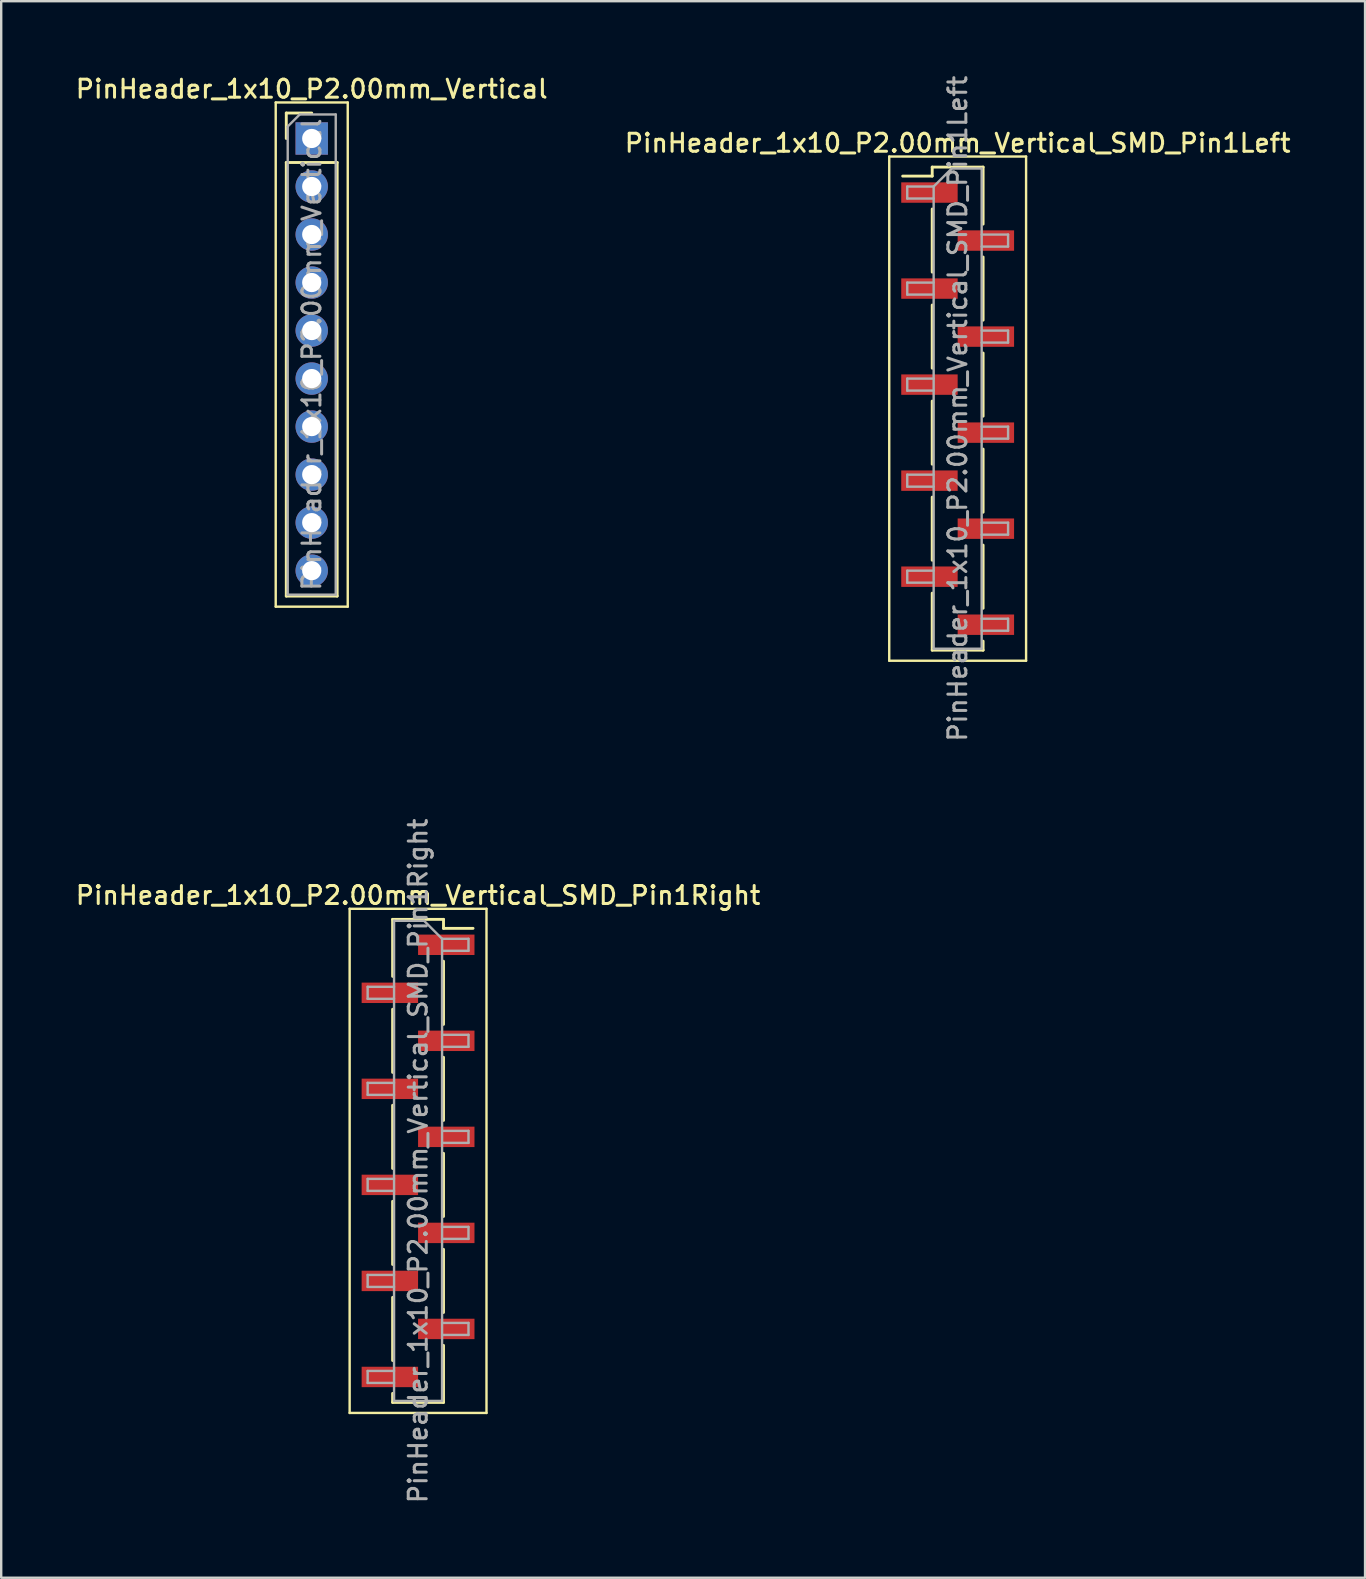
<source format=kicad_pcb>
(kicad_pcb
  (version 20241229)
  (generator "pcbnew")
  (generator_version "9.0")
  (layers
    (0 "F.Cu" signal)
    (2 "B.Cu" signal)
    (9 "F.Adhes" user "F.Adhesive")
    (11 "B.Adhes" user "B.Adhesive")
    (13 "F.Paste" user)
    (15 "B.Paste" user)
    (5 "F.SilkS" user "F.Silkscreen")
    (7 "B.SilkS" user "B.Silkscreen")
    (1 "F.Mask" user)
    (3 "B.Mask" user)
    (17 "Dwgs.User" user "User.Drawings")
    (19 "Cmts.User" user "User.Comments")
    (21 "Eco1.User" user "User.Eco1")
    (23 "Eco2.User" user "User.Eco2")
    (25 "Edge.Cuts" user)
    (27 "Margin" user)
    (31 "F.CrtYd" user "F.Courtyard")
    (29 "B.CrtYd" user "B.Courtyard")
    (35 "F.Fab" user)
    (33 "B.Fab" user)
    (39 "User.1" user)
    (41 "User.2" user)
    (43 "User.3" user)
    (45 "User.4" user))
  (footprint "PinHeader_1x10_P2.00mm_Vertical"
    (layer "F.Cu")
    (at 9.934 2.718)
    (property "Reference" "PinHeader_1x10_P2.00mm_Vertical" (at 0 -2.06 0) (layer "F.SilkS") (effects (font (size 0.75 0.75) (thickness 0.125))))
    (attr through_hole)
    (fp_line (start -1.5 -1.5) (end -1.5 19.5) (stroke (width 0.1) (type solid)) (layer "F.SilkS"))
    (fp_line (start -1.5 19.5) (end 1.5 19.5) (stroke (width 0.1) (type solid)) (layer "F.SilkS"))
    (fp_line (start -1.06 -1.06) (end 0 -1.06) (stroke (width 0.12) (type solid)) (layer "F.SilkS"))
    (fp_line (start -1.06 0) (end -1.06 -1.06) (stroke (width 0.12) (type solid)) (layer "F.SilkS"))
    (fp_line (start -1.06 1) (end -1.06 19.06) (stroke (width 0.12) (type solid)) (layer "F.SilkS"))
    (fp_line (start -1.06 1) (end 1.06 1) (stroke (width 0.12) (type solid)) (layer "F.SilkS"))
    (fp_line (start -1.06 19.06) (end 1.06 19.06) (stroke (width 0.12) (type solid)) (layer "F.SilkS"))
    (fp_line (start 1.06 1) (end 1.06 19.06) (stroke (width 0.12) (type solid)) (layer "F.SilkS"))
    (fp_line (start 1.5 -1.5) (end -1.5 -1.5) (stroke (width 0.1) (type solid)) (layer "F.SilkS"))
    (fp_line (start 1.5 19.5) (end 1.5 -1.5) (stroke (width 0.1) (type solid)) (layer "F.SilkS"))
    (fp_line (start -1 -0.5) (end -0.5 -1) (stroke (width 0.1) (type solid)) (layer "F.Fab"))
    (fp_line (start -1 19) (end -1 -0.5) (stroke (width 0.1) (type solid)) (layer "F.Fab"))
    (fp_line (start -0.5 -1) (end 1 -1) (stroke (width 0.1) (type solid)) (layer "F.Fab"))
    (fp_line (start 1 -1) (end 1 19) (stroke (width 0.1) (type solid)) (layer "F.Fab"))
    (fp_line (start 1 19) (end -1 19) (stroke (width 0.1) (type solid)) (layer "F.Fab"))
    (fp_text user "${REFERENCE}" (at 0 9 90) (layer "F.Fab") (effects (font (size 0.75 0.75) (thickness 0.125))))
    (pad "1" thru_hole rect (at 0 0) (size 1.35 1.35) (drill 0.8) (layers "*.Cu" "*.Mask"))
    (pad "2" thru_hole oval (at 0 2) (size 1.35 1.35) (drill 0.8) (layers "*.Cu" "*.Mask"))
    (pad "3" thru_hole oval (at 0 4) (size 1.35 1.35) (drill 0.8) (layers "*.Cu" "*.Mask"))
    (pad "4" thru_hole oval (at 0 6) (size 1.35 1.35) (drill 0.8) (layers "*.Cu" "*.Mask"))
    (pad "5" thru_hole oval (at 0 8) (size 1.35 1.35) (drill 0.8) (layers "*.Cu" "*.Mask"))
    (pad "6" thru_hole oval (at 0 10) (size 1.35 1.35) (drill 0.8) (layers "*.Cu" "*.Mask"))
    (pad "7" thru_hole oval (at 0 12) (size 1.35 1.35) (drill 0.8) (layers "*.Cu" "*.Mask"))
    (pad "8" thru_hole oval (at 0 14) (size 1.35 1.35) (drill 0.8) (layers "*.Cu" "*.Mask"))
    (pad "9" thru_hole oval (at 0 16) (size 1.35 1.35) (drill 0.8) (layers "*.Cu" "*.Mask"))
    (pad "10" thru_hole oval (at 0 18) (size 1.35 1.35) (drill 0.8) (layers "*.Cu" "*.Mask")))
  (footprint "PinHeader_1x10_P2.00mm_Vertical_SMD_Pin1Right"
    (layer "F.Cu")
    (at 14.363 45.302)
    (property "Reference" "PinHeader_1x10_P2.00mm_Vertical_SMD_Pin1Right" (at 0 -11.06 0) (layer "F.SilkS") (effects (font (size 0.75 0.75) (thickness 0.125))))
    (attr smd)
    (fp_line (start -2.85 -10.5) (end -2.85 10.5) (stroke (width 0.1) (type solid)) (layer "F.SilkS"))
    (fp_line (start -2.85 10.5) (end 2.85 10.5) (stroke (width 0.1) (type solid)) (layer "F.SilkS"))
    (fp_line (start -1.06 -10.06) (end -1.06 -7.685) (stroke (width 0.12) (type solid)) (layer "F.SilkS"))
    (fp_line (start -1.06 -10.06) (end 1.06 -10.06) (stroke (width 0.12) (type solid)) (layer "F.SilkS"))
    (fp_line (start -1.06 -6.315) (end -1.06 -3.685) (stroke (width 0.12) (type solid)) (layer "F.SilkS"))
    (fp_line (start -1.06 -2.315) (end -1.06 0.315) (stroke (width 0.12) (type solid)) (layer "F.SilkS"))
    (fp_line (start -1.06 1.685) (end -1.06 4.315) (stroke (width 0.12) (type solid)) (layer "F.SilkS"))
    (fp_line (start -1.06 5.685) (end -1.06 8.315) (stroke (width 0.12) (type solid)) (layer "F.SilkS"))
    (fp_line (start -1.06 9.685) (end -1.06 10.06) (stroke (width 0.12) (type solid)) (layer "F.SilkS"))
    (fp_line (start -1.06 10.06) (end 1.06 10.06) (stroke (width 0.12) (type solid)) (layer "F.SilkS"))
    (fp_line (start 1.06 -10.06) (end 1.06 -9.685) (stroke (width 0.12) (type solid)) (layer "F.SilkS"))
    (fp_line (start 1.06 -9.685) (end 2.29 -9.685) (stroke (width 0.12) (type solid)) (layer "F.SilkS"))
    (fp_line (start 1.06 -8.315) (end 1.06 -5.685) (stroke (width 0.12) (type solid)) (layer "F.SilkS"))
    (fp_line (start 1.06 -4.315) (end 1.06 -1.685) (stroke (width 0.12) (type solid)) (layer "F.SilkS"))
    (fp_line (start 1.06 -0.315) (end 1.06 2.315) (stroke (width 0.12) (type solid)) (layer "F.SilkS"))
    (fp_line (start 1.06 3.685) (end 1.06 6.315) (stroke (width 0.12) (type solid)) (layer "F.SilkS"))
    (fp_line (start 1.06 7.685) (end 1.06 10.06) (stroke (width 0.12) (type solid)) (layer "F.SilkS"))
    (fp_line (start 2.85 -10.5) (end -2.85 -10.5) (stroke (width 0.1) (type solid)) (layer "F.SilkS"))
    (fp_line (start 2.85 10.5) (end 2.85 -10.5) (stroke (width 0.1) (type solid)) (layer "F.SilkS"))
    (fp_line (start -2.1 -7.25) (end -2.1 -6.75) (stroke (width 0.1) (type solid)) (layer "F.Fab"))
    (fp_line (start -2.1 -6.75) (end -1 -6.75) (stroke (width 0.1) (type solid)) (layer "F.Fab"))
    (fp_line (start -2.1 -3.25) (end -2.1 -2.75) (stroke (width 0.1) (type solid)) (layer "F.Fab"))
    (fp_line (start -2.1 -2.75) (end -1 -2.75) (stroke (width 0.1) (type solid)) (layer "F.Fab"))
    (fp_line (start -2.1 0.75) (end -2.1 1.25) (stroke (width 0.1) (type solid)) (layer "F.Fab"))
    (fp_line (start -2.1 1.25) (end -1 1.25) (stroke (width 0.1) (type solid)) (layer "F.Fab"))
    (fp_line (start -2.1 4.75) (end -2.1 5.25) (stroke (width 0.1) (type solid)) (layer "F.Fab"))
    (fp_line (start -2.1 5.25) (end -1 5.25) (stroke (width 0.1) (type solid)) (layer "F.Fab"))
    (fp_line (start -2.1 8.75) (end -2.1 9.25) (stroke (width 0.1) (type solid)) (layer "F.Fab"))
    (fp_line (start -2.1 9.25) (end -1 9.25) (stroke (width 0.1) (type solid)) (layer "F.Fab"))
    (fp_line (start -1 -10) (end -1 10) (stroke (width 0.1) (type solid)) (layer "F.Fab"))
    (fp_line (start -1 -10) (end 0.25 -10) (stroke (width 0.1) (type solid)) (layer "F.Fab"))
    (fp_line (start -1 -7.25) (end -2.1 -7.25) (stroke (width 0.1) (type solid)) (layer "F.Fab"))
    (fp_line (start -1 -3.25) (end -2.1 -3.25) (stroke (width 0.1) (type solid)) (layer "F.Fab"))
    (fp_line (start -1 0.75) (end -2.1 0.75) (stroke (width 0.1) (type solid)) (layer "F.Fab"))
    (fp_line (start -1 4.75) (end -2.1 4.75) (stroke (width 0.1) (type solid)) (layer "F.Fab"))
    (fp_line (start -1 8.75) (end -2.1 8.75) (stroke (width 0.1) (type solid)) (layer "F.Fab"))
    (fp_line (start 1 -9.25) (end 0.25 -10) (stroke (width 0.1) (type solid)) (layer "F.Fab"))
    (fp_line (start 1 -9.25) (end 2.1 -9.25) (stroke (width 0.1) (type solid)) (layer "F.Fab"))
    (fp_line (start 1 -5.25) (end 2.1 -5.25) (stroke (width 0.1) (type solid)) (layer "F.Fab"))
    (fp_line (start 1 -1.25) (end 2.1 -1.25) (stroke (width 0.1) (type solid)) (layer "F.Fab"))
    (fp_line (start 1 2.75) (end 2.1 2.75) (stroke (width 0.1) (type solid)) (layer "F.Fab"))
    (fp_line (start 1 6.75) (end 2.1 6.75) (stroke (width 0.1) (type solid)) (layer "F.Fab"))
    (fp_line (start 1 10) (end -1 10) (stroke (width 0.1) (type solid)) (layer "F.Fab"))
    (fp_line (start 1 10) (end 1 -9.25) (stroke (width 0.1) (type solid)) (layer "F.Fab"))
    (fp_line (start 2.1 -9.25) (end 2.1 -8.75) (stroke (width 0.1) (type solid)) (layer "F.Fab"))
    (fp_line (start 2.1 -8.75) (end 1 -8.75) (stroke (width 0.1) (type solid)) (layer "F.Fab"))
    (fp_line (start 2.1 -5.25) (end 2.1 -4.75) (stroke (width 0.1) (type solid)) (layer "F.Fab"))
    (fp_line (start 2.1 -4.75) (end 1 -4.75) (stroke (width 0.1) (type solid)) (layer "F.Fab"))
    (fp_line (start 2.1 -1.25) (end 2.1 -0.75) (stroke (width 0.1) (type solid)) (layer "F.Fab"))
    (fp_line (start 2.1 -0.75) (end 1 -0.75) (stroke (width 0.1) (type solid)) (layer "F.Fab"))
    (fp_line (start 2.1 2.75) (end 2.1 3.25) (stroke (width 0.1) (type solid)) (layer "F.Fab"))
    (fp_line (start 2.1 3.25) (end 1 3.25) (stroke (width 0.1) (type solid)) (layer "F.Fab"))
    (fp_line (start 2.1 6.75) (end 2.1 7.25) (stroke (width 0.1) (type solid)) (layer "F.Fab"))
    (fp_line (start 2.1 7.25) (end 1 7.25) (stroke (width 0.1) (type solid)) (layer "F.Fab"))
    (fp_text user "${REFERENCE}" (at 0 0 90) (layer "F.Fab") (effects (font (size 0.75 0.75) (thickness 0.125))))
    (pad "1" smd rect (at 1.175 -9) (size 2.35 0.85) (layers "F.Cu" "F.Mask" "F.Paste"))
    (pad "2" smd rect (at -1.175 -7) (size 2.35 0.85) (layers "F.Cu" "F.Mask" "F.Paste"))
    (pad "3" smd rect (at 1.175 -5) (size 2.35 0.85) (layers "F.Cu" "F.Mask" "F.Paste"))
    (pad "4" smd rect (at -1.175 -3) (size 2.35 0.85) (layers "F.Cu" "F.Mask" "F.Paste"))
    (pad "5" smd rect (at 1.175 -1) (size 2.35 0.85) (layers "F.Cu" "F.Mask" "F.Paste"))
    (pad "6" smd rect (at -1.175 1) (size 2.35 0.85) (layers "F.Cu" "F.Mask" "F.Paste"))
    (pad "7" smd rect (at 1.175 3) (size 2.35 0.85) (layers "F.Cu" "F.Mask" "F.Paste"))
    (pad "8" smd rect (at -1.175 5) (size 2.35 0.85) (layers "F.Cu" "F.Mask" "F.Paste"))
    (pad "9" smd rect (at 1.175 7) (size 2.35 0.85) (layers "F.Cu" "F.Mask" "F.Paste"))
    (pad "10" smd rect (at -1.175 9) (size 2.35 0.85) (layers "F.Cu" "F.Mask" "F.Paste")))
  (footprint "PinHeader_1x10_P2.00mm_Vertical_SMD_Pin1Left"
    (layer "F.Cu")
    (at 36.838 13.97)
    (property "Reference" "PinHeader_1x10_P2.00mm_Vertical_SMD_Pin1Left" (at 0 -11.06 0) (layer "F.SilkS") (effects (font (size 0.75 0.75) (thickness 0.125))))
    (attr smd)
    (fp_line (start -2.85 -10.5) (end -2.85 10.5) (stroke (width 0.1) (type solid)) (layer "F.SilkS"))
    (fp_line (start -2.85 10.5) (end 2.85 10.5) (stroke (width 0.1) (type solid)) (layer "F.SilkS"))
    (fp_line (start -1.06 -10.06) (end -1.06 -9.685) (stroke (width 0.12) (type solid)) (layer "F.SilkS"))
    (fp_line (start -1.06 -10.06) (end 1.06 -10.06) (stroke (width 0.12) (type solid)) (layer "F.SilkS"))
    (fp_line (start -1.06 -9.685) (end -2.29 -9.685) (stroke (width 0.12) (type solid)) (layer "F.SilkS"))
    (fp_line (start -1.06 -8.315) (end -1.06 -5.685) (stroke (width 0.12) (type solid)) (layer "F.SilkS"))
    (fp_line (start -1.06 -4.315) (end -1.06 -1.685) (stroke (width 0.12) (type solid)) (layer "F.SilkS"))
    (fp_line (start -1.06 -0.315) (end -1.06 2.315) (stroke (width 0.12) (type solid)) (layer "F.SilkS"))
    (fp_line (start -1.06 3.685) (end -1.06 6.315) (stroke (width 0.12) (type solid)) (layer "F.SilkS"))
    (fp_line (start -1.06 7.685) (end -1.06 10.06) (stroke (width 0.12) (type solid)) (layer "F.SilkS"))
    (fp_line (start -1.06 10.06) (end 1.06 10.06) (stroke (width 0.12) (type solid)) (layer "F.SilkS"))
    (fp_line (start 1.06 -10.06) (end 1.06 -7.685) (stroke (width 0.12) (type solid)) (layer "F.SilkS"))
    (fp_line (start 1.06 -6.315) (end 1.06 -3.685) (stroke (width 0.12) (type solid)) (layer "F.SilkS"))
    (fp_line (start 1.06 -2.315) (end 1.06 0.315) (stroke (width 0.12) (type solid)) (layer "F.SilkS"))
    (fp_line (start 1.06 1.685) (end 1.06 4.315) (stroke (width 0.12) (type solid)) (layer "F.SilkS"))
    (fp_line (start 1.06 5.685) (end 1.06 8.315) (stroke (width 0.12) (type solid)) (layer "F.SilkS"))
    (fp_line (start 1.06 9.685) (end 1.06 10.06) (stroke (width 0.12) (type solid)) (layer "F.SilkS"))
    (fp_line (start 2.85 -10.5) (end -2.85 -10.5) (stroke (width 0.1) (type solid)) (layer "F.SilkS"))
    (fp_line (start 2.85 10.5) (end 2.85 -10.5) (stroke (width 0.1) (type solid)) (layer "F.SilkS"))
    (fp_line (start -2.1 -9.25) (end -2.1 -8.75) (stroke (width 0.1) (type solid)) (layer "F.Fab"))
    (fp_line (start -2.1 -8.75) (end -1 -8.75) (stroke (width 0.1) (type solid)) (layer "F.Fab"))
    (fp_line (start -2.1 -5.25) (end -2.1 -4.75) (stroke (width 0.1) (type solid)) (layer "F.Fab"))
    (fp_line (start -2.1 -4.75) (end -1 -4.75) (stroke (width 0.1) (type solid)) (layer "F.Fab"))
    (fp_line (start -2.1 -1.25) (end -2.1 -0.75) (stroke (width 0.1) (type solid)) (layer "F.Fab"))
    (fp_line (start -2.1 -0.75) (end -1 -0.75) (stroke (width 0.1) (type solid)) (layer "F.Fab"))
    (fp_line (start -2.1 2.75) (end -2.1 3.25) (stroke (width 0.1) (type solid)) (layer "F.Fab"))
    (fp_line (start -2.1 3.25) (end -1 3.25) (stroke (width 0.1) (type solid)) (layer "F.Fab"))
    (fp_line (start -2.1 6.75) (end -2.1 7.25) (stroke (width 0.1) (type solid)) (layer "F.Fab"))
    (fp_line (start -2.1 7.25) (end -1 7.25) (stroke (width 0.1) (type solid)) (layer "F.Fab"))
    (fp_line (start -1 -9.25) (end -2.1 -9.25) (stroke (width 0.1) (type solid)) (layer "F.Fab"))
    (fp_line (start -1 -9.25) (end -0.25 -10) (stroke (width 0.1) (type solid)) (layer "F.Fab"))
    (fp_line (start -1 -5.25) (end -2.1 -5.25) (stroke (width 0.1) (type solid)) (layer "F.Fab"))
    (fp_line (start -1 -1.25) (end -2.1 -1.25) (stroke (width 0.1) (type solid)) (layer "F.Fab"))
    (fp_line (start -1 2.75) (end -2.1 2.75) (stroke (width 0.1) (type solid)) (layer "F.Fab"))
    (fp_line (start -1 6.75) (end -2.1 6.75) (stroke (width 0.1) (type solid)) (layer "F.Fab"))
    (fp_line (start -1 10) (end -1 -9.25) (stroke (width 0.1) (type solid)) (layer "F.Fab"))
    (fp_line (start -0.25 -10) (end 1 -10) (stroke (width 0.1) (type solid)) (layer "F.Fab"))
    (fp_line (start 1 -10) (end 1 10) (stroke (width 0.1) (type solid)) (layer "F.Fab"))
    (fp_line (start 1 -7.25) (end 2.1 -7.25) (stroke (width 0.1) (type solid)) (layer "F.Fab"))
    (fp_line (start 1 -3.25) (end 2.1 -3.25) (stroke (width 0.1) (type solid)) (layer "F.Fab"))
    (fp_line (start 1 0.75) (end 2.1 0.75) (stroke (width 0.1) (type solid)) (layer "F.Fab"))
    (fp_line (start 1 4.75) (end 2.1 4.75) (stroke (width 0.1) (type solid)) (layer "F.Fab"))
    (fp_line (start 1 8.75) (end 2.1 8.75) (stroke (width 0.1) (type solid)) (layer "F.Fab"))
    (fp_line (start 1 10) (end -1 10) (stroke (width 0.1) (type solid)) (layer "F.Fab"))
    (fp_line (start 2.1 -7.25) (end 2.1 -6.75) (stroke (width 0.1) (type solid)) (layer "F.Fab"))
    (fp_line (start 2.1 -6.75) (end 1 -6.75) (stroke (width 0.1) (type solid)) (layer "F.Fab"))
    (fp_line (start 2.1 -3.25) (end 2.1 -2.75) (stroke (width 0.1) (type solid)) (layer "F.Fab"))
    (fp_line (start 2.1 -2.75) (end 1 -2.75) (stroke (width 0.1) (type solid)) (layer "F.Fab"))
    (fp_line (start 2.1 0.75) (end 2.1 1.25) (stroke (width 0.1) (type solid)) (layer "F.Fab"))
    (fp_line (start 2.1 1.25) (end 1 1.25) (stroke (width 0.1) (type solid)) (layer "F.Fab"))
    (fp_line (start 2.1 4.75) (end 2.1 5.25) (stroke (width 0.1) (type solid)) (layer "F.Fab"))
    (fp_line (start 2.1 5.25) (end 1 5.25) (stroke (width 0.1) (type solid)) (layer "F.Fab"))
    (fp_line (start 2.1 8.75) (end 2.1 9.25) (stroke (width 0.1) (type solid)) (layer "F.Fab"))
    (fp_line (start 2.1 9.25) (end 1 9.25) (stroke (width 0.1) (type solid)) (layer "F.Fab"))
    (fp_text user "${REFERENCE}" (at 0 0 90) (layer "F.Fab") (effects (font (size 0.75 0.75) (thickness 0.125))))
    (pad "1" smd rect (at -1.175 -9) (size 2.35 0.85) (layers "F.Cu" "F.Mask" "F.Paste"))
    (pad "2" smd rect (at 1.175 -7) (size 2.35 0.85) (layers "F.Cu" "F.Mask" "F.Paste"))
    (pad "3" smd rect (at -1.175 -5) (size 2.35 0.85) (layers "F.Cu" "F.Mask" "F.Paste"))
    (pad "4" smd rect (at 1.175 -3) (size 2.35 0.85) (layers "F.Cu" "F.Mask" "F.Paste"))
    (pad "5" smd rect (at -1.175 -1) (size 2.35 0.85) (layers "F.Cu" "F.Mask" "F.Paste"))
    (pad "6" smd rect (at 1.175 1) (size 2.35 0.85) (layers "F.Cu" "F.Mask" "F.Paste"))
    (pad "7" smd rect (at -1.175 3) (size 2.35 0.85) (layers "F.Cu" "F.Mask" "F.Paste"))
    (pad "8" smd rect (at 1.175 5) (size 2.35 0.85) (layers "F.Cu" "F.Mask" "F.Paste"))
    (pad "9" smd rect (at -1.175 7) (size 2.35 0.85) (layers "F.Cu" "F.Mask" "F.Paste"))
    (pad "10" smd rect (at 1.175 9) (size 2.35 0.85) (layers "F.Cu" "F.Mask" "F.Paste")))
  (gr_rect
    (start -3 -3)
    (end 53.807 62.664)
    (stroke (width 0.1) (type default))
    (fill no)
    (layer "Edge.Cuts")))
</source>
